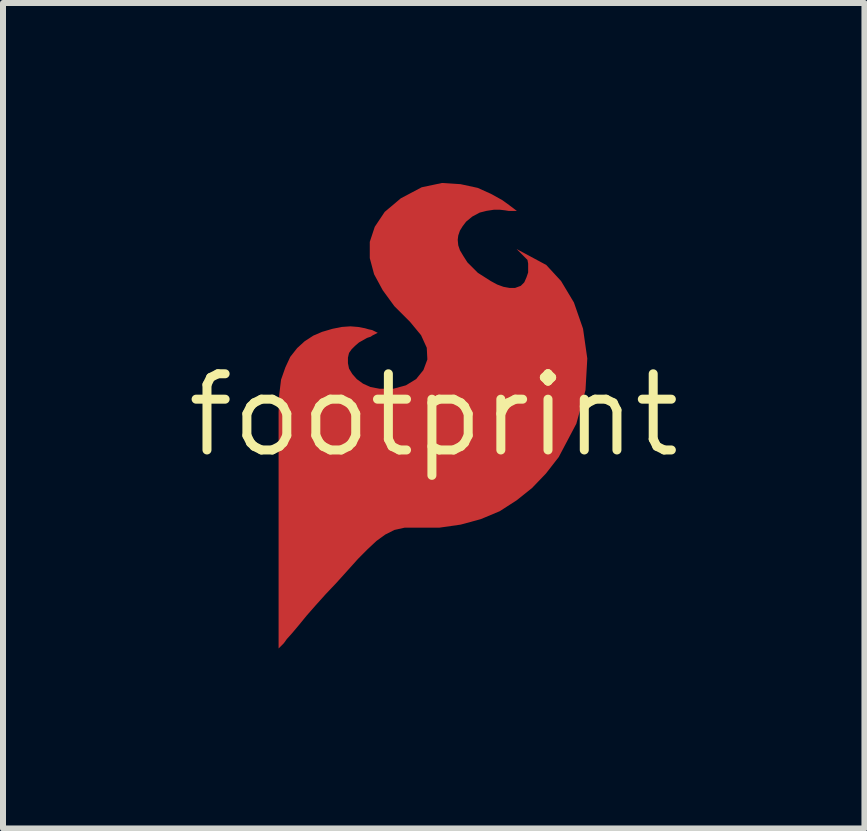
<source format=kicad_pcb>
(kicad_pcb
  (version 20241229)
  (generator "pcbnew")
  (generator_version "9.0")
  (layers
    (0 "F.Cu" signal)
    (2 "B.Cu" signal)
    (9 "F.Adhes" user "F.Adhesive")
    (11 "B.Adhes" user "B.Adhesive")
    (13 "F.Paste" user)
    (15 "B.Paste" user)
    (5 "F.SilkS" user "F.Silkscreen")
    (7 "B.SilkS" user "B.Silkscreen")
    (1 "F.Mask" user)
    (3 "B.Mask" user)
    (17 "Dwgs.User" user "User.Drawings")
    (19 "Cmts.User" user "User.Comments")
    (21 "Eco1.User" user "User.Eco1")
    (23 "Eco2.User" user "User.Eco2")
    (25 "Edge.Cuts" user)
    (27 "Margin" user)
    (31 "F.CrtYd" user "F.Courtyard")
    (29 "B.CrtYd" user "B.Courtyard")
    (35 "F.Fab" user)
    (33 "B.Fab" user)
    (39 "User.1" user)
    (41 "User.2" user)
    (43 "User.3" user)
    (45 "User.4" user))
  (footprint "footprint"
    (layer "F.Cu")
    (at 4.18 3.871)
    (property "Reference" "footprint" (at 0 0 0) (layer "F.SilkS") (effects (font (size 1.27 1.27) (thickness 0.15))))
    (fp_poly (pts (xy 0.447 -3.851) (xy 0.734 -3.789) (xy 0.959 -3.687) (xy 1.143 -3.585) (xy 1.255 -3.504) (xy 1.386 -3.405) (xy 1.249 -3.405) (xy 1.187 -3.415) (xy 1.1 -3.425) (xy 1.005 -3.425) (xy 0.88 -3.406) (xy 0.766 -3.377) (xy 0.643 -3.311) (xy 0.54 -3.226) (xy 0.483 -3.151) (xy 0.437 -3.077) (xy 0.409 -2.995) (xy 0.4 -2.923) (xy 0.409 -2.831) (xy 0.437 -2.749) (xy 0.494 -2.653) (xy 0.562 -2.547) (xy 0.736 -2.373) (xy 0.951 -2.236) (xy 1.058 -2.178) (xy 1.162 -2.14) (xy 1.265 -2.121) (xy 1.355 -2.121) (xy 1.451 -2.156) (xy 1.51 -2.215) (xy 1.546 -2.297) (xy 1.574 -2.379) (xy 1.574 -2.529) (xy 1.564 -2.579) (xy 1.564 -2.587) (xy 1.381 -2.77) (xy 1.876 -2.504) (xy 2.123 -2.236) (xy 2.337 -1.879) (xy 2.489 -1.442) (xy 2.56 -0.945) (xy 2.53 -0.417) (xy 2.378 0.141) (xy 2.084 0.698) (xy 1.871 0.972) (xy 1.638 1.215) (xy 1.384 1.418) (xy 1.1 1.601) (xy 0.784 1.733) (xy 0.45 1.824) (xy 0.095 1.875) (xy -0.484 1.875) (xy -0.655 1.913) (xy -0.808 1.99) (xy -0.954 2.096) (xy -1.102 2.234) (xy -1.26 2.393) (xy -1.43 2.582) (xy -1.62 2.793) (xy -1.8 2.983) (xy -1.97 3.172) (xy -2.119 3.342) (xy -2.249 3.501) (xy -2.359 3.632) (xy -2.448 3.731) (xy -2.499 3.802) (xy -2.586 3.889) (xy -2.586 -0.044) (xy -2.576 -0.336) (xy -2.545 -0.592) (xy -2.473 -0.797) (xy -2.391 -0.973) (xy -2.276 -1.119) (xy -2.151 -1.233) (xy -2.006 -1.327) (xy -1.861 -1.389) (xy -1.687 -1.44) (xy -1.533 -1.471) (xy -1.388 -1.481) (xy -1.263 -1.471) (xy -1.149 -1.45) (xy -1.079 -1.43) (xy -1.026 -1.419) (xy -0.933 -1.373) (xy -1.019 -1.33) (xy -1.051 -1.308) (xy -1.112 -1.288) (xy -1.246 -1.212) (xy -1.312 -1.155) (xy -1.369 -1.098) (xy -1.412 -1.037) (xy -1.43 -0.959) (xy -1.43 -0.867) (xy -1.412 -0.777) (xy -1.357 -0.686) (xy -1.282 -0.601) (xy -1.179 -0.526) (xy -1.056 -0.47) (xy -0.904 -0.441) (xy -0.673 -0.441) (xy -0.463 -0.498) (xy -0.293 -0.602) (xy -0.172 -0.752) (xy -0.106 -0.929) (xy -0.116 -1.124) (xy -0.211 -1.333) (xy -0.396 -1.557) (xy -0.657 -1.818) (xy -0.85 -2.083) (xy -0.994 -2.349) (xy -1.066 -2.618) (xy -1.066 -2.889) (xy -0.983 -3.14) (xy -0.817 -3.389) (xy -0.549 -3.615) (xy -0.201 -3.799) (xy 0.139 -3.871)) (stroke (width 0) (type solid)) (fill yes) (layer "F.Cu")))
  (gr_rect
    (start -3 -3)
    (end 11.36 10.76)
    (stroke (width 0.1) (type default))
    (fill no)
    (layer "Edge.Cuts")))
</source>
